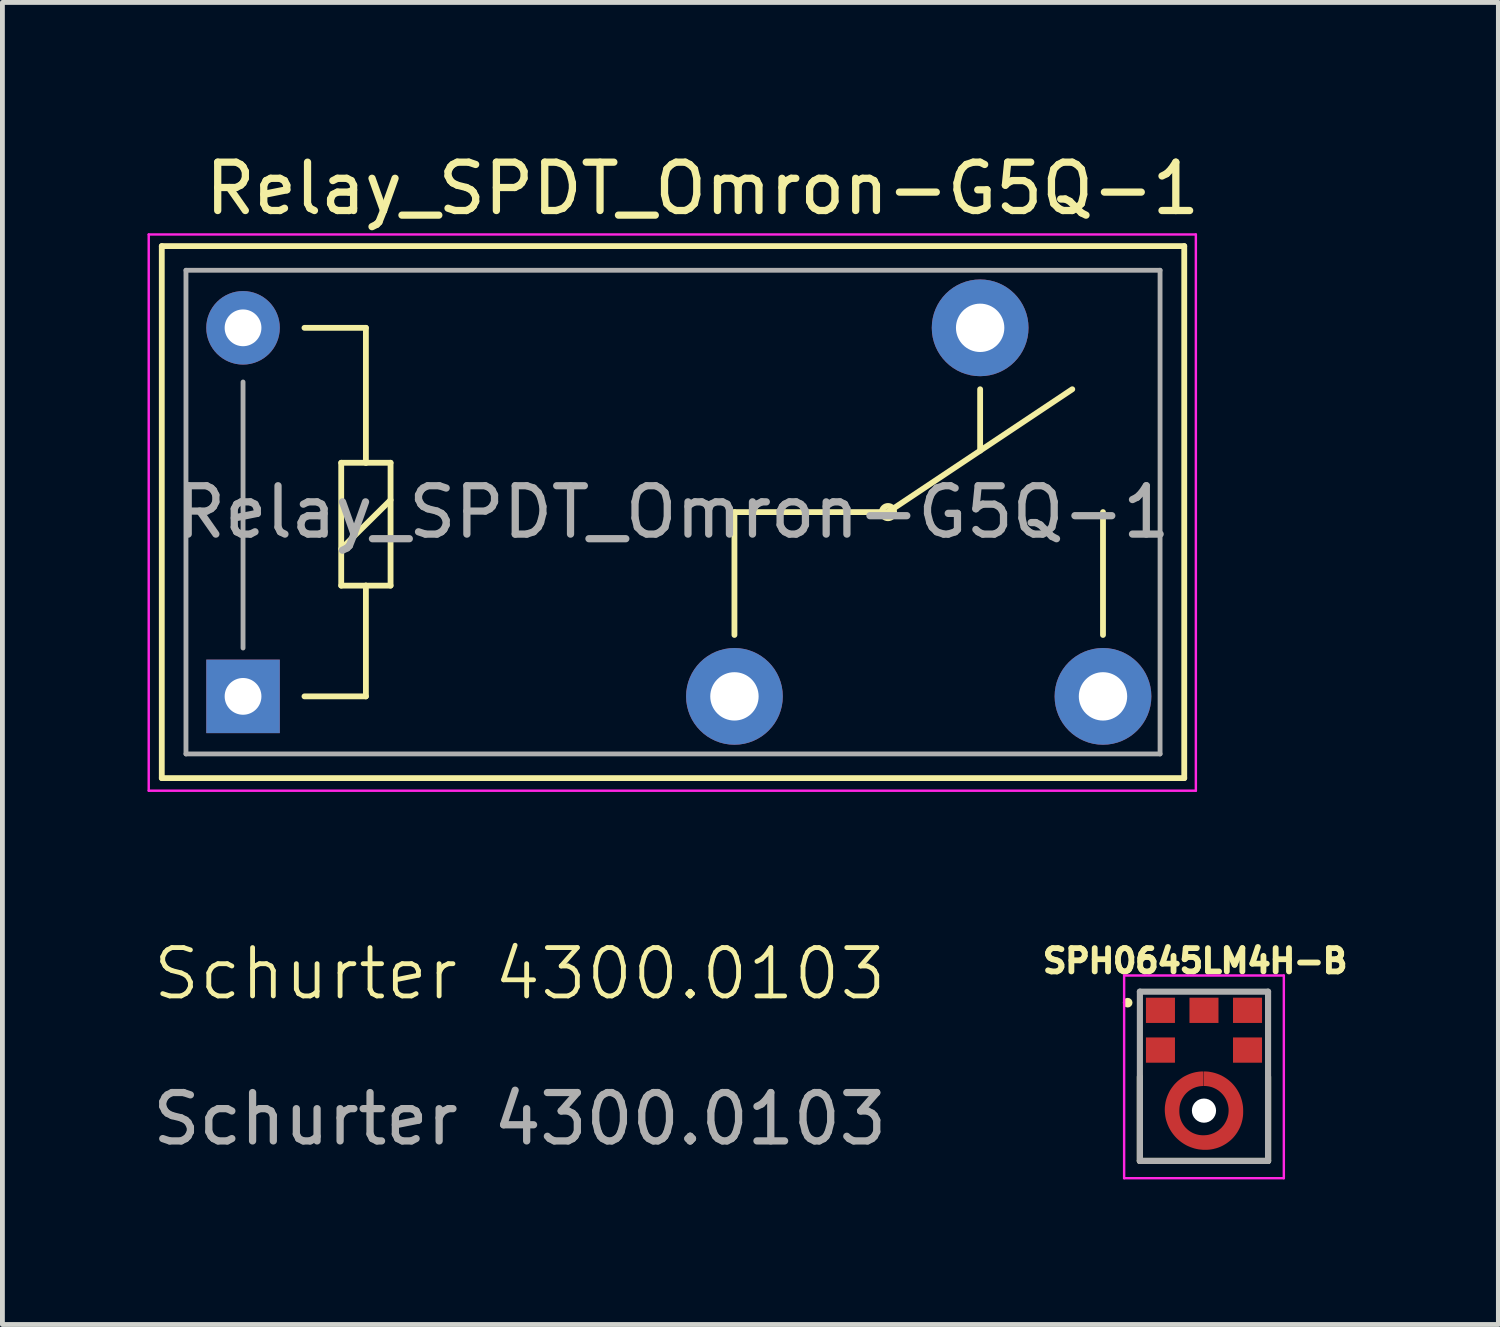
<source format=kicad_pcb>
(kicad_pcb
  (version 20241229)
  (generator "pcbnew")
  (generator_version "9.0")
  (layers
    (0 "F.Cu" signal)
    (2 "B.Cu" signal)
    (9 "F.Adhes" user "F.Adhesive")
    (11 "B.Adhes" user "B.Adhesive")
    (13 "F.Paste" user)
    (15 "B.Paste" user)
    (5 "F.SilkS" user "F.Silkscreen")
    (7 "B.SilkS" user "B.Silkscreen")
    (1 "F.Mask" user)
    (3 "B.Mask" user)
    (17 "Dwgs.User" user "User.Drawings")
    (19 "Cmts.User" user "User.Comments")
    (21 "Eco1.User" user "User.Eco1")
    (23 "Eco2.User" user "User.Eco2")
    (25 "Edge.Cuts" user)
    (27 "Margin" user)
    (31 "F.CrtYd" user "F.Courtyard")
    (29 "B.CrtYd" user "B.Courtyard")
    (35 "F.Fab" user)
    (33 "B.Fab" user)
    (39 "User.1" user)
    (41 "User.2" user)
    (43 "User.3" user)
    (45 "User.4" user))
  (footprint "Schurter 4300.0103"
    (layer "F.Cu")
    (at 7.696 17.584)
    (property "Reference" "Schurter 4300.0103" (at 0 -0.5 0) (unlocked yes) (layer "F.SilkS") (effects (font (size 1 1) (thickness 0.1))))
    (attr through_hole)
    (fp_text user "${REFERENCE}" (at 0 2.5 0) (unlocked yes) (layer "F.Fab") (effects (font (size 1 1) (thickness 0.15)))))
  (footprint "SPH0645LM4H-B"
    (layer "F.Cu")
    (at 21.843 19.913)
    (property "Reference" "SPH0645LM4H-B" (at -0.182 -3.095 0) (layer "F.SilkS") (effects (font (size 0.482 0.482) (thickness 0.15))))
    (attr smd)
    (fp_circle (center 0 0) (end 0.456 0) (stroke (width 0.912) (type solid)) (fill no) (layer "F.Mask"))
    (fp_line (start -1.325 1.04) (end -1.325 -0.7) (stroke (width 0.127) (type solid)) (layer "F.SilkS"))
    (fp_line (start 1.325 -0.7) (end 1.325 1.04) (stroke (width 0.127) (type solid)) (layer "F.SilkS"))
    (fp_line (start 1.325 1.04) (end -1.325 1.04) (stroke (width 0.127) (type solid)) (layer "F.SilkS"))
    (fp_circle (center -1.578 -2.232) (end -1.528 -2.232) (stroke (width 0.1) (type solid)) (fill no) (layer "F.SilkS"))
    (fp_poly (pts (xy 0.38 0.53) (xy 0.28 0.425) (xy 0.23 0.46) (xy 0.12 0.5) (xy 0 0.514) (xy -0.12 0.5) (xy -0.225 0.462) (xy -0.288 0.426) (xy -0.385 0.525) (xy -0.5 0.64) (xy -0.405 0.705) (xy -0.31 0.75) (xy -0.22 0.78) (xy -0.14 0.8) (xy 0 0.81) (xy 0.16 0.796) (xy 0.31 0.75) (xy 0.425 0.69) (xy 0.495 0.645)) (stroke (width 0.001) (type solid)) (fill yes) (layer "F.Paste"))
    (fp_poly (pts (xy -0.375 -0.53) (xy -0.28 -0.435) (xy -0.23 -0.46) (xy -0.175 -0.485) (xy -0.12 -0.5) (xy -0.06 -0.51) (xy 0 -0.514) (xy 0.12 -0.5) (xy 0.225 -0.462) (xy 0.283 -0.426) (xy 0.385 -0.525) (xy 0.5 -0.64) (xy 0.41 -0.7) (xy 0.31 -0.75) (xy 0.23 -0.78) (xy 0.14 -0.8) (xy 0 -0.81) (xy -0.16 -0.796) (xy -0.31 -0.75) (xy -0.415 -0.7) (xy -0.49 -0.645)) (stroke (width 0.001) (type solid)) (fill yes) (layer "F.Paste"))
    (fp_poly (pts (xy 0.53 -0.385) (xy 0.425 -0.28) (xy 0.46 -0.23) (xy 0.5 -0.12) (xy 0.514 0) (xy 0.5 0.12) (xy 0.462 0.225) (xy 0.421 0.283) (xy 0.52 0.38) (xy 0.64 0.5) (xy 0.705 0.405) (xy 0.75 0.31) (xy 0.78 0.23) (xy 0.8 0.14) (xy 0.81 0.06) (xy 0.81 -0.065) (xy 0.796 -0.16) (xy 0.78 -0.235) (xy 0.75 -0.31) (xy 0.705 -0.405) (xy 0.64 -0.5)) (stroke (width 0.001) (type solid)) (fill yes) (layer "F.Paste"))
    (fp_poly (pts (xy -0.53 0.385) (xy -0.43 0.285) (xy -0.465 0.23) (xy -0.505 0.12) (xy -0.51 0.12) (xy -0.505 0.11) (xy -0.52 0.005) (xy -0.524 -0.005) (xy -0.52 -0.005) (xy -0.505 -0.125) (xy -0.462 -0.225) (xy -0.426 -0.293) (xy -0.525 -0.39) (xy -0.635 -0.505) (xy -0.7 -0.41) (xy -0.75 -0.31) (xy -0.78 -0.22) (xy -0.8 -0.14) (xy -0.81 0) (xy -0.796 0.16) (xy -0.75 0.31) (xy -0.705 0.4) (xy -0.64 0.5)) (stroke (width 0.001) (type solid)) (fill yes) (layer "F.Paste"))
    (fp_line (start -1.651 -2.794) (end 1.651 -2.794) (stroke (width 0.05) (type solid)) (layer "F.CrtYd"))
    (fp_line (start -1.651 1.397) (end -1.651 -2.794) (stroke (width 0.05) (type solid)) (layer "F.CrtYd"))
    (fp_line (start 1.651 -2.794) (end 1.651 1.397) (stroke (width 0.05) (type solid)) (layer "F.CrtYd"))
    (fp_line (start 1.651 1.397) (end -1.651 1.397) (stroke (width 0.05) (type solid)) (layer "F.CrtYd"))
    (fp_line (start -1.325 -2.46) (end 1.325 -2.46) (stroke (width 0.127) (type solid)) (layer "F.Fab"))
    (fp_line (start -1.325 1.04) (end -1.325 -2.46) (stroke (width 0.127) (type solid)) (layer "F.Fab"))
    (fp_line (start 1.325 -2.46) (end 1.325 1.04) (stroke (width 0.127) (type solid)) (layer "F.Fab"))
    (fp_line (start 1.325 1.04) (end -1.325 1.04) (stroke (width 0.127) (type solid)) (layer "F.Fab"))
    (pad "" np_thru_hole circle (at 0 0) (size 0.5 0.5) (drill 0.5) (layers "*.Cu" "*.Mask"))
    (pad "1" smd rect (at -0.9 -2.074) (size 0.6 0.522) (layers "F.Cu" "F.Mask" "F.Paste"))
    (pad "2" smd rect (at -0.9 -1.252) (size 0.6 0.522) (layers "F.Cu" "F.Mask" "F.Paste"))
    (pad "3" smd custom (at 0.65 -0.02) (size 0.1 0.1) (layers "F.Cu") (options (anchor rect)) (primitives (gr_poly (pts (xy -0.66 -0.49) (xy -0.66 -0.79) (xy -0.707 -0.789) (xy -0.748 -0.786) (xy -0.789 -0.78) (xy -0.83 -0.773) (xy -0.871 -0.763) (xy -0.911 -0.751) (xy -0.95 -0.737) (xy -0.988 -0.721) (xy -1.026 -0.703) (xy -1.063 -0.684) (xy -1.098 -0.662) (xy -1.132 -0.638) (xy -1.165 -0.613) (xy -1.197 -0.586) (xy -1.227 -0.557) (xy -1.256 -0.527) (xy -1.283 -0.495) (xy -1.308 -0.462) (xy -1.332 -0.428) (xy -1.354 -0.393) (xy -1.373 -0.356) (xy -1.391 -0.318) (xy -1.407 -0.28) (xy -1.421 -0.241) (xy -1.433 -0.201) (xy -1.443 -0.16) (xy -1.45 -0.119) (xy -1.456 -0.078) (xy -1.459 -0.037) (xy -1.46 0) (xy -1.459 0.043) (xy -1.455 0.087) (xy -1.45 0.13) (xy -1.442 0.173) (xy -1.432 0.215) (xy -1.419 0.256) (xy -1.405 0.297) (xy -1.388 0.338) (xy -1.37 0.377) (xy -1.349 0.415) (xy -1.326 0.452) (xy -1.301 0.488) (xy -1.275 0.522) (xy -1.247 0.555) (xy -1.217 0.587) (xy -1.185 0.617) (xy -1.152 0.645) (xy -1.118 0.671) (xy -1.082 0.696) (xy -1.045 0.719) (xy -1.007 0.74) (xy -0.968 0.758) (xy -0.927 0.775) (xy -0.886 0.789) (xy -0.845 0.802) (xy -0.803 0.812) (xy -0.76 0.82) (xy -0.717 0.825) (xy -0.673 0.829) (xy -0.63 0.83) (xy -0.62 0.83) (xy -0.579 0.829) (xy -0.538 0.826) (xy -0.498 0.82) (xy -0.458 0.813) (xy -0.418 0.803) (xy -0.379 0.792) (xy -0.34 0.778) (xy -0.303 0.763) (xy -0.266 0.745) (xy -0.23 0.725) (xy -0.195 0.704) (xy -0.162 0.681) (xy -0.129 0.656) (xy -0.098 0.63) (xy -0.068 0.602) (xy -0.04 0.572) (xy -0.014 0.541) (xy 0.011 0.508) (xy 0.034 0.475) (xy 0.055 0.44) (xy 0.075 0.404) (xy 0.093 0.367) (xy 0.108 0.33) (xy 0.122 0.291) (xy 0.133 0.252) (xy 0.143 0.212) (xy 0.15 0.172) (xy 0.156 0.132) (xy 0.159 0.091) (xy 0.16 0.05) (xy 0.16 0.02) (xy 0.159 -0.022) (xy 0.156 -0.065) (xy 0.15 -0.107) (xy 0.142 -0.148) (xy 0.132 -0.19) (xy 0.12 -0.23) (xy 0.106 -0.27) (xy 0.09 -0.309) (xy 0.072 -0.348) (xy 0.051 -0.385) (xy 0.029 -0.421) (xy 0.005 -0.456) (xy -0.021 -0.49) (xy -0.048 -0.522) (xy -0.077 -0.553) (xy -0.108 -0.582) (xy -0.14 -0.609) (xy -0.174 -0.635) (xy -0.209 -0.659) (xy -0.245 -0.681) (xy -0.282 -0.702) (xy -0.321 -0.72) (xy -0.36 -0.736) (xy -0.4 -0.75) (xy -0.44 -0.762) (xy -0.482 -0.772) (xy -0.523 -0.78) (xy -0.565 -0.786) (xy -0.608 -0.789) (xy -0.65 -0.79) (xy -0.65 -0.49) (xy -0.627 -0.49) (xy -0.601 -0.488) (xy -0.575 -0.485) (xy -0.549 -0.481) (xy -0.523 -0.475) (xy -0.497 -0.468) (xy -0.472 -0.46) (xy -0.448 -0.45) (xy -0.424 -0.439) (xy -0.4 -0.427) (xy -0.377 -0.413) (xy -0.355 -0.399) (xy -0.334 -0.383) (xy -0.314 -0.366) (xy -0.294 -0.348) (xy -0.276 -0.329) (xy -0.258 -0.31) (xy -0.242 -0.289) (xy -0.226 -0.267) (xy -0.212 -0.245) (xy -0.199 -0.222) (xy -0.187 -0.198) (xy -0.177 -0.174) (xy -0.167 -0.149) (xy -0.16 -0.124) (xy -0.153 -0.099) (xy -0.148 -0.073) (xy -0.144 -0.047) (xy -0.141 -0.02) (xy -0.14 0.01) (xy -0.141 0.037) (xy -0.143 0.064) (xy -0.146 0.091) (xy -0.151 0.118) (xy -0.158 0.145) (xy -0.165 0.171) (xy -0.175 0.196) (xy -0.185 0.222) (xy -0.197 0.246) (xy -0.21 0.27) (xy -0.224 0.293) (xy -0.239 0.316) (xy -0.256 0.337) (xy -0.274 0.358) (xy -0.292 0.378) (xy -0.312 0.396) (xy -0.333 0.414) (xy -0.354 0.431) (xy -0.377 0.446) (xy -0.4 0.46) (xy -0.424 0.473) (xy -0.448 0.485) (xy -0.474 0.495) (xy -0.499 0.505) (xy -0.525 0.512) (xy -0.552 0.519) (xy -0.579 0.524) (xy -0.606 0.527) (xy -0.633 0.529) (xy -0.66 0.53) (xy -0.67 0.53) (xy -0.696 0.529) (xy -0.721 0.527) (xy -0.747 0.524) (xy -0.772 0.519) (xy -0.797 0.513) (xy -0.821 0.506) (xy -0.846 0.497) (xy -0.869 0.488) (xy -0.892 0.477) (xy -0.915 0.464) (xy -0.937 0.451) (xy -0.958 0.436) (xy -0.978 0.421) (xy -0.998 0.404) (xy -1.016 0.386) (xy -1.034 0.368) (xy -1.051 0.348) (xy -1.066 0.328) (xy -1.081 0.307) (xy -1.094 0.285) (xy -1.107 0.262) (xy -1.118 0.239) (xy -1.127 0.216) (xy -1.136 0.191) (xy -1.143 0.167) (xy -1.149 0.142) (xy -1.154 0.117) (xy -1.157 0.091) (xy -1.159 0.066) (xy -1.16 0.04) (xy -1.16 0.01) (xy -1.159 -0.016) (xy -1.157 -0.042) (xy -1.154 -0.068) (xy -1.149 -0.094) (xy -1.143 -0.119) (xy -1.136 -0.145) (xy -1.127 -0.169) (xy -1.117 -0.193) (xy -1.106 -0.217) (xy -1.093 -0.24) (xy -1.079 -0.262) (xy -1.065 -0.284) (xy -1.049 -0.305) (xy -1.032 -0.325) (xy -1.014 -0.344) (xy -0.995 -0.362) (xy -0.975 -0.379) (xy -0.954 -0.395) (xy -0.932 -0.409) (xy -0.91 -0.423) (xy -0.887 -0.436) (xy -0.863 -0.447) (xy -0.839 -0.457) (xy -0.815 -0.466) (xy -0.789 -0.473) (xy -0.764 -0.479) (xy -0.738 -0.484) (xy -0.712 -0.487) (xy -0.686 -0.489) (xy -0.66 -0.49)) (width 0.001) (fill yes))))
    (pad "4" smd rect (at 0.9 -1.252) (size 0.6 0.522) (layers "F.Cu" "F.Mask" "F.Paste"))
    (pad "5" smd rect (at 0.9 -2.074) (size 0.6 0.522) (layers "F.Cu" "F.Mask" "F.Paste"))
    (pad "6" smd rect (at 0 -2.074) (size 0.6 0.522) (layers "F.Cu" "F.Mask" "F.Paste")))
  (footprint "Relay_SPDT_Omron-G5Q-1"
    (layer "F.Cu")
    (at 1.975 11.348)
    (property "Reference" "Relay_SPDT_Omron-G5Q-1" (at 9.5 -10.5 180) (layer "F.SilkS") (effects (font (size 1 1) (thickness 0.15))))
    (attr through_hole)
    (fp_line (start -1.68 -9.31) (end 19.46 -9.31) (stroke (width 0.12) (type solid)) (layer "F.SilkS"))
    (fp_line (start -1.68 1.69) (end -1.68 -9.31) (stroke (width 0.12) (type solid)) (layer "F.SilkS"))
    (fp_line (start -1.68 1.69) (end 19.46 1.69) (stroke (width 0.12) (type solid)) (layer "F.SilkS"))
    (fp_line (start 1.27 0) (end 2.54 0) (stroke (width 0.12) (type solid)) (layer "F.SilkS"))
    (fp_line (start 2.03 -4.83) (end 2.54 -4.83) (stroke (width 0.12) (type solid)) (layer "F.SilkS"))
    (fp_line (start 2.03 -3.05) (end 3.05 -4.06) (stroke (width 0.12) (type solid)) (layer "F.SilkS"))
    (fp_line (start 2.03 -2.29) (end 2.03 -4.83) (stroke (width 0.12) (type solid)) (layer "F.SilkS"))
    (fp_line (start 2.54 -7.62) (end 1.27 -7.62) (stroke (width 0.12) (type solid)) (layer "F.SilkS"))
    (fp_line (start 2.54 -4.83) (end 2.54 -7.62) (stroke (width 0.12) (type solid)) (layer "F.SilkS"))
    (fp_line (start 2.54 -4.83) (end 3.05 -4.83) (stroke (width 0.12) (type solid)) (layer "F.SilkS"))
    (fp_line (start 2.54 -2.29) (end 2.03 -2.29) (stroke (width 0.12) (type solid)) (layer "F.SilkS"))
    (fp_line (start 2.54 0) (end 2.54 -2.29) (stroke (width 0.12) (type solid)) (layer "F.SilkS"))
    (fp_line (start 3.05 -4.83) (end 3.05 -2.29) (stroke (width 0.12) (type solid)) (layer "F.SilkS"))
    (fp_line (start 3.05 -2.29) (end 2.54 -2.29) (stroke (width 0.12) (type solid)) (layer "F.SilkS"))
    (fp_line (start 10.16 -3.81) (end 13.335 -3.81) (stroke (width 0.12) (type solid)) (layer "F.SilkS"))
    (fp_line (start 10.16 -1.27) (end 10.16 -3.81) (stroke (width 0.12) (type solid)) (layer "F.SilkS"))
    (fp_line (start 13.335 -3.81) (end 17.145 -6.35) (stroke (width 0.12) (type solid)) (layer "F.SilkS"))
    (fp_line (start 15.24 -6.35) (end 15.24 -5.08) (stroke (width 0.12) (type solid)) (layer "F.SilkS"))
    (fp_line (start 17.78 -1.27) (end 17.78 -3.81) (stroke (width 0.12) (type solid)) (layer "F.SilkS"))
    (fp_line (start 19.46 1.69) (end 19.46 -9.31) (stroke (width 0.12) (type solid)) (layer "F.SilkS"))
    (fp_circle (center 13.335 -3.81) (end 13.462 -3.81) (stroke (width 0.12) (type solid)) (fill no) (layer "F.SilkS"))
    (fp_line (start -1.95 -9.55) (end 19.7 -9.55) (stroke (width 0.05) (type solid)) (layer "F.CrtYd"))
    (fp_line (start -1.95 1.95) (end -1.95 -9.55) (stroke (width 0.05) (type solid)) (layer "F.CrtYd"))
    (fp_line (start 19.7 -9.55) (end 19.7 1.95) (stroke (width 0.05) (type solid)) (layer "F.CrtYd"))
    (fp_line (start 19.7 1.95) (end -1.95 1.95) (stroke (width 0.05) (type solid)) (layer "F.CrtYd"))
    (fp_line (start -1.18 -8.81) (end 18.96 -8.81) (stroke (width 0.1) (type solid)) (layer "F.Fab"))
    (fp_line (start -1.18 1.19) (end -1.18 -8.81) (stroke (width 0.1) (type solid)) (layer "F.Fab"))
    (fp_line (start 0 -1) (end 0 -6.5) (stroke (width 0.1) (type solid)) (layer "F.Fab"))
    (fp_line (start 18.96 -8.81) (end 18.96 1.19) (stroke (width 0.1) (type solid)) (layer "F.Fab"))
    (fp_line (start 18.96 1.19) (end -1.18 1.19) (stroke (width 0.1) (type solid)) (layer "F.Fab"))
    (fp_text user "${REFERENCE}" (at 8.89 -3.81 0) (layer "F.Fab") (effects (font (size 1 1) (thickness 0.15))))
    (pad "1" thru_hole rect (at 0 0 180) (size 1.52 1.52) (drill 0.76) (layers "*.Cu" "*.Mask"))
    (pad "2" thru_hole circle (at 10.16 0 180) (size 2 2) (drill 1) (layers "*.Cu" "*.Mask"))
    (pad "3" thru_hole circle (at 17.78 0 180) (size 2 2) (drill 1) (layers "*.Cu" "*.Mask"))
    (pad "4" thru_hole circle (at 15.24 -7.62 180) (size 2 2) (drill 1) (layers "*.Cu" "*.Mask"))
    (pad "5" thru_hole circle (at 0 -7.62 180) (size 1.52 1.52) (drill 0.76) (layers "*.Cu" "*.Mask")))
  (gr_rect
    (start -3 -3)
    (end 27.93 24.335)
    (stroke (width 0.1) (type default))
    (fill no)
    (layer "Edge.Cuts")))
</source>
